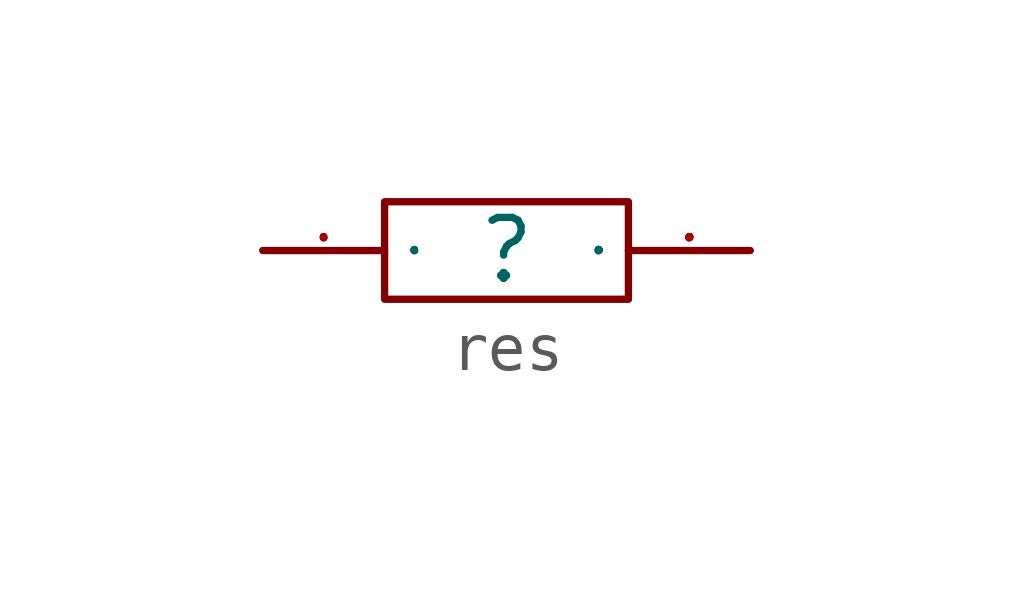
<source format=kicad_sym>
(kicad_symbol_lib
  (version 20231120)
  (generator "kicad_symbol_editor")
  (generator_version "8.0")
  (symbol "res"
    (property "Reference" ""
      (at 0 0 0)
      (effects (font (size 1.27 1.27))))
    (property "Value" ""
      (at 0 0 0)
      (effects (font (size 1.27 1.27))))
    (symbol "res_1_0"
      (rectangle (start -2.54 1.016) (end 2.54 -1.016) (stroke (width 0) (type default)) (fill (type none)))
      (pin input line (at -5.08 0 0) (length 2.54) (name "1" (effects (font (size 0.025 0.025)))) (number "1" (effects (font (size 0.025 0.025)))))
      (pin input line (at 5.08 0 180) (length 2.54) (name "2" (effects (font (size 0.025 0.025)))) (number "2" (effects (font (size 0.025 0.025))))))))
</source>
